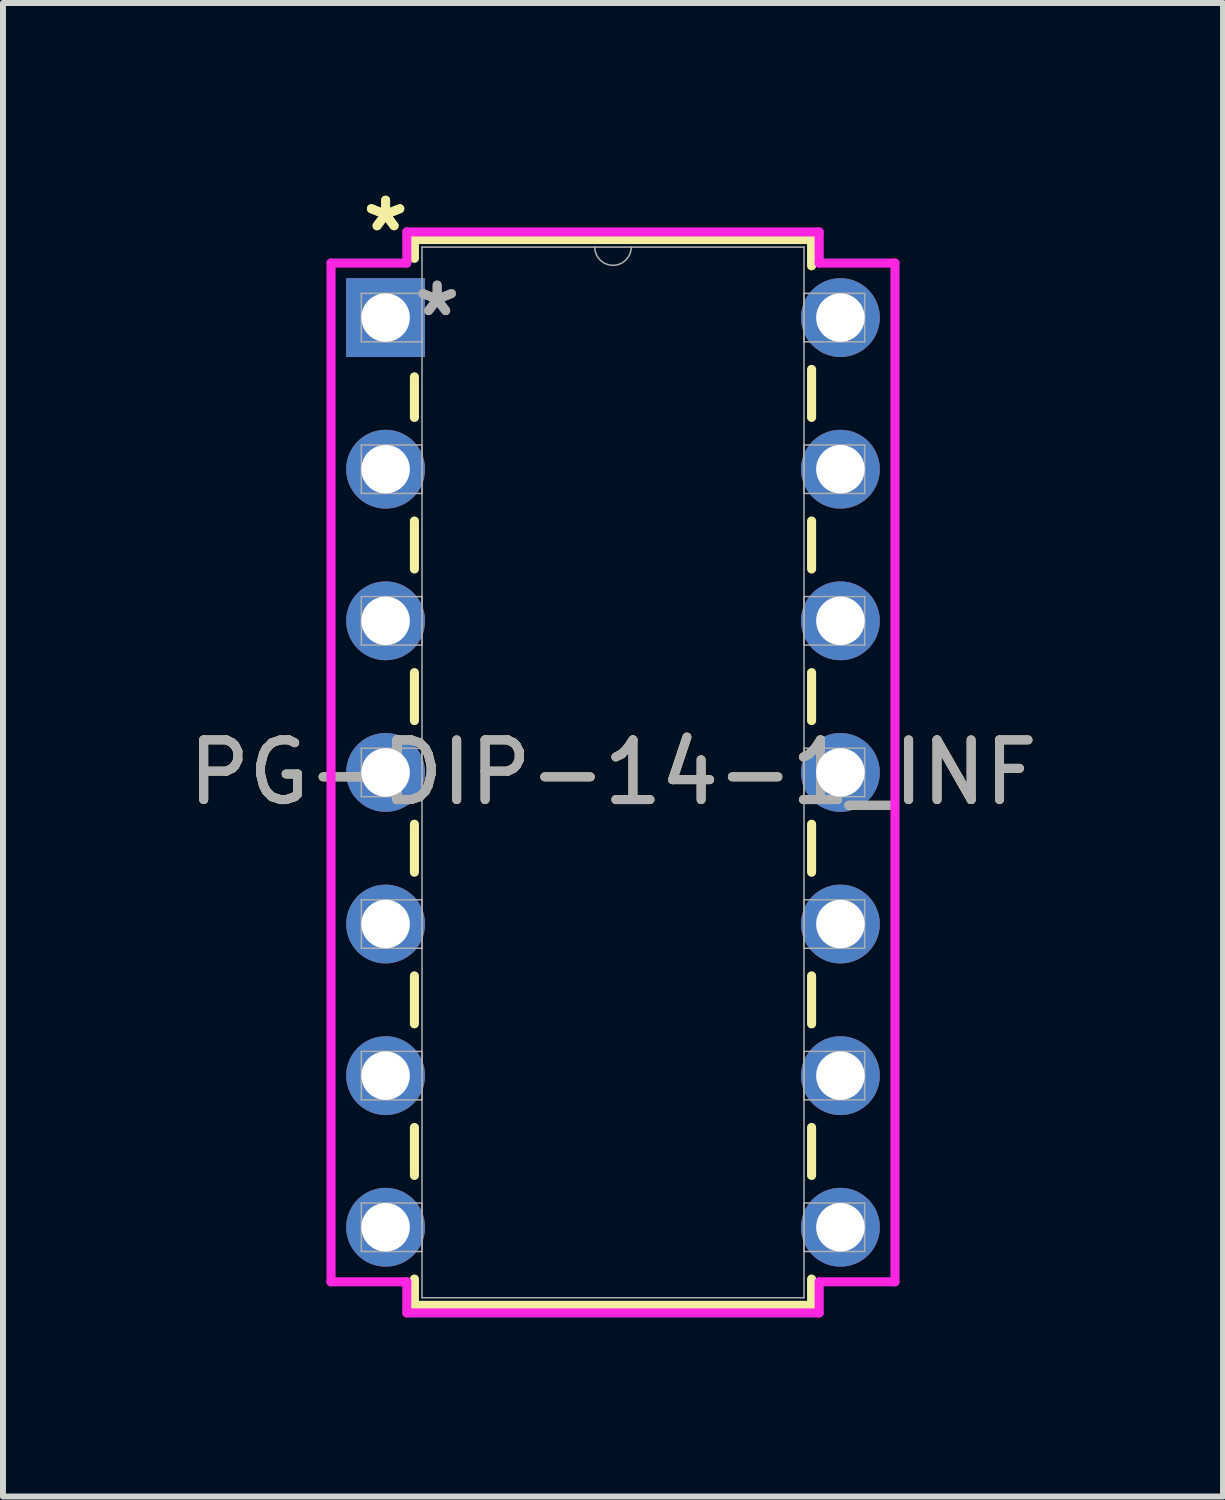
<source format=kicad_pcb>
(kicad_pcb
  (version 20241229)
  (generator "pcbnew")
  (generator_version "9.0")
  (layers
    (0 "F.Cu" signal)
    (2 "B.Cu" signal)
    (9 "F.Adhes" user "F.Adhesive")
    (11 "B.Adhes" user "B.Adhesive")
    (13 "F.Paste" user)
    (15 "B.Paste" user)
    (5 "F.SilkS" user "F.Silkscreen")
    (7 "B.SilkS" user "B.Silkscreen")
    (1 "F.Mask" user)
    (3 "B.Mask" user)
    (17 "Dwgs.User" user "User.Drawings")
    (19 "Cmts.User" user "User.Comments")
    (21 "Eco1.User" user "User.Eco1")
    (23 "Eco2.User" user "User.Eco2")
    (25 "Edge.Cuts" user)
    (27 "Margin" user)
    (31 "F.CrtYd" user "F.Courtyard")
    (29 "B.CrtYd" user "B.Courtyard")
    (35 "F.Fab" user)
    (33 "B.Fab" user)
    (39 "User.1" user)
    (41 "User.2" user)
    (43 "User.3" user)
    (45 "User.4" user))
  (footprint "PG-DIP-14-1_INF"
    (layer "F.Cu")
    (at 3.41 2.271)
    (property "Reference" "PG-DIP-14-1_INF" (at 3.81 7.62 0) (unlocked yes) (layer "F.SilkS") (effects (font (size 1 1) (thickness 0.15))))
    (attr through_hole)
    (fp_line (start 0.483 -1.308) (end 0.483 -0.993) (stroke (width 0.152) (type solid)) (layer "F.SilkS"))
    (fp_line (start 0.483 0.993) (end 0.483 1.672) (stroke (width 0.152) (type solid)) (layer "F.SilkS"))
    (fp_line (start 0.483 3.408) (end 0.483 4.212) (stroke (width 0.152) (type solid)) (layer "F.SilkS"))
    (fp_line (start 0.483 5.948) (end 0.483 6.752) (stroke (width 0.152) (type solid)) (layer "F.SilkS"))
    (fp_line (start 0.483 8.488) (end 0.483 9.292) (stroke (width 0.152) (type solid)) (layer "F.SilkS"))
    (fp_line (start 0.483 11.028) (end 0.483 11.832) (stroke (width 0.152) (type solid)) (layer "F.SilkS"))
    (fp_line (start 0.483 13.568) (end 0.483 14.372) (stroke (width 0.152) (type solid)) (layer "F.SilkS"))
    (fp_line (start 0.483 16.108) (end 0.483 16.548) (stroke (width 0.152) (type solid)) (layer "F.SilkS"))
    (fp_line (start 0.483 16.548) (end 7.137 16.548) (stroke (width 0.152) (type solid)) (layer "F.SilkS"))
    (fp_line (start 7.137 -1.308) (end 0.483 -1.308) (stroke (width 0.152) (type solid)) (layer "F.SilkS"))
    (fp_line (start 7.137 -0.868) (end 7.137 -1.308) (stroke (width 0.152) (type solid)) (layer "F.SilkS"))
    (fp_line (start 7.137 1.672) (end 7.137 0.868) (stroke (width 0.152) (type solid)) (layer "F.SilkS"))
    (fp_line (start 7.137 4.212) (end 7.137 3.408) (stroke (width 0.152) (type solid)) (layer "F.SilkS"))
    (fp_line (start 7.137 6.752) (end 7.137 5.948) (stroke (width 0.152) (type solid)) (layer "F.SilkS"))
    (fp_line (start 7.137 9.292) (end 7.137 8.488) (stroke (width 0.152) (type solid)) (layer "F.SilkS"))
    (fp_line (start 7.137 11.832) (end 7.137 11.028) (stroke (width 0.152) (type solid)) (layer "F.SilkS"))
    (fp_line (start 7.137 14.372) (end 7.137 13.568) (stroke (width 0.152) (type solid)) (layer "F.SilkS"))
    (fp_line (start 7.137 16.548) (end 7.137 16.108) (stroke (width 0.152) (type solid)) (layer "F.SilkS"))
    (fp_line (start -0.914 -0.914) (end 0.356 -0.914) (stroke (width 0.152) (type solid)) (layer "F.CrtYd"))
    (fp_line (start -0.914 16.154) (end -0.914 -0.914) (stroke (width 0.152) (type solid)) (layer "F.CrtYd"))
    (fp_line (start 0.356 -1.435) (end 7.264 -1.435) (stroke (width 0.152) (type solid)) (layer "F.CrtYd"))
    (fp_line (start 0.356 -0.914) (end 0.356 -1.435) (stroke (width 0.152) (type solid)) (layer "F.CrtYd"))
    (fp_line (start 0.356 16.154) (end -0.914 16.154) (stroke (width 0.152) (type solid)) (layer "F.CrtYd"))
    (fp_line (start 0.356 16.675) (end 0.356 16.154) (stroke (width 0.152) (type solid)) (layer "F.CrtYd"))
    (fp_line (start 7.264 -1.435) (end 7.264 -0.914) (stroke (width 0.152) (type solid)) (layer "F.CrtYd"))
    (fp_line (start 7.264 16.154) (end 7.264 16.675) (stroke (width 0.152) (type solid)) (layer "F.CrtYd"))
    (fp_line (start 7.264 16.675) (end 0.356 16.675) (stroke (width 0.152) (type solid)) (layer "F.CrtYd"))
    (fp_line (start 8.534 -0.914) (end 7.264 -0.914) (stroke (width 0.152) (type solid)) (layer "F.CrtYd"))
    (fp_line (start 8.534 -0.914) (end 8.534 16.154) (stroke (width 0.152) (type solid)) (layer "F.CrtYd"))
    (fp_line (start 8.534 16.154) (end 7.264 16.154) (stroke (width 0.152) (type solid)) (layer "F.CrtYd"))
    (fp_line (start -0.406 -0.406) (end -0.406 0.406) (stroke (width 0.025) (type solid)) (layer "F.Fab"))
    (fp_line (start -0.406 0.406) (end 0.61 0.406) (stroke (width 0.025) (type solid)) (layer "F.Fab"))
    (fp_line (start -0.406 2.134) (end -0.406 2.946) (stroke (width 0.025) (type solid)) (layer "F.Fab"))
    (fp_line (start -0.406 2.946) (end 0.61 2.946) (stroke (width 0.025) (type solid)) (layer "F.Fab"))
    (fp_line (start -0.406 4.674) (end -0.406 5.486) (stroke (width 0.025) (type solid)) (layer "F.Fab"))
    (fp_line (start -0.406 5.486) (end 0.61 5.486) (stroke (width 0.025) (type solid)) (layer "F.Fab"))
    (fp_line (start -0.406 7.214) (end -0.406 8.026) (stroke (width 0.025) (type solid)) (layer "F.Fab"))
    (fp_line (start -0.406 8.026) (end 0.61 8.026) (stroke (width 0.025) (type solid)) (layer "F.Fab"))
    (fp_line (start -0.406 9.754) (end -0.406 10.566) (stroke (width 0.025) (type solid)) (layer "F.Fab"))
    (fp_line (start -0.406 10.566) (end 0.61 10.566) (stroke (width 0.025) (type solid)) (layer "F.Fab"))
    (fp_line (start -0.406 12.294) (end -0.406 13.106) (stroke (width 0.025) (type solid)) (layer "F.Fab"))
    (fp_line (start -0.406 13.106) (end 0.61 13.106) (stroke (width 0.025) (type solid)) (layer "F.Fab"))
    (fp_line (start -0.406 14.834) (end -0.406 15.646) (stroke (width 0.025) (type solid)) (layer "F.Fab"))
    (fp_line (start -0.406 15.646) (end 0.61 15.646) (stroke (width 0.025) (type solid)) (layer "F.Fab"))
    (fp_line (start 0.61 -1.181) (end 0.61 16.421) (stroke (width 0.025) (type solid)) (layer "F.Fab"))
    (fp_line (start 0.61 -0.406) (end -0.406 -0.406) (stroke (width 0.025) (type solid)) (layer "F.Fab"))
    (fp_line (start 0.61 0.406) (end 0.61 -0.406) (stroke (width 0.025) (type solid)) (layer "F.Fab"))
    (fp_line (start 0.61 2.134) (end -0.406 2.134) (stroke (width 0.025) (type solid)) (layer "F.Fab"))
    (fp_line (start 0.61 2.946) (end 0.61 2.134) (stroke (width 0.025) (type solid)) (layer "F.Fab"))
    (fp_line (start 0.61 4.674) (end -0.406 4.674) (stroke (width 0.025) (type solid)) (layer "F.Fab"))
    (fp_line (start 0.61 5.486) (end 0.61 4.674) (stroke (width 0.025) (type solid)) (layer "F.Fab"))
    (fp_line (start 0.61 7.214) (end -0.406 7.214) (stroke (width 0.025) (type solid)) (layer "F.Fab"))
    (fp_line (start 0.61 8.026) (end 0.61 7.214) (stroke (width 0.025) (type solid)) (layer "F.Fab"))
    (fp_line (start 0.61 9.754) (end -0.406 9.754) (stroke (width 0.025) (type solid)) (layer "F.Fab"))
    (fp_line (start 0.61 10.566) (end 0.61 9.754) (stroke (width 0.025) (type solid)) (layer "F.Fab"))
    (fp_line (start 0.61 12.294) (end -0.406 12.294) (stroke (width 0.025) (type solid)) (layer "F.Fab"))
    (fp_line (start 0.61 13.106) (end 0.61 12.294) (stroke (width 0.025) (type solid)) (layer "F.Fab"))
    (fp_line (start 0.61 14.834) (end -0.406 14.834) (stroke (width 0.025) (type solid)) (layer "F.Fab"))
    (fp_line (start 0.61 15.646) (end 0.61 14.834) (stroke (width 0.025) (type solid)) (layer "F.Fab"))
    (fp_line (start 0.61 16.421) (end 7.01 16.421) (stroke (width 0.025) (type solid)) (layer "F.Fab"))
    (fp_line (start 7.01 -1.181) (end 0.61 -1.181) (stroke (width 0.025) (type solid)) (layer "F.Fab"))
    (fp_line (start 7.01 -0.406) (end 7.01 0.406) (stroke (width 0.025) (type solid)) (layer "F.Fab"))
    (fp_line (start 7.01 0.406) (end 8.026 0.406) (stroke (width 0.025) (type solid)) (layer "F.Fab"))
    (fp_line (start 7.01 2.134) (end 7.01 2.946) (stroke (width 0.025) (type solid)) (layer "F.Fab"))
    (fp_line (start 7.01 2.946) (end 8.026 2.946) (stroke (width 0.025) (type solid)) (layer "F.Fab"))
    (fp_line (start 7.01 4.674) (end 7.01 5.486) (stroke (width 0.025) (type solid)) (layer "F.Fab"))
    (fp_line (start 7.01 5.486) (end 8.026 5.486) (stroke (width 0.025) (type solid)) (layer "F.Fab"))
    (fp_line (start 7.01 7.214) (end 7.01 8.026) (stroke (width 0.025) (type solid)) (layer "F.Fab"))
    (fp_line (start 7.01 8.026) (end 8.026 8.026) (stroke (width 0.025) (type solid)) (layer "F.Fab"))
    (fp_line (start 7.01 9.754) (end 7.01 10.566) (stroke (width 0.025) (type solid)) (layer "F.Fab"))
    (fp_line (start 7.01 10.566) (end 8.026 10.566) (stroke (width 0.025) (type solid)) (layer "F.Fab"))
    (fp_line (start 7.01 12.294) (end 7.01 13.106) (stroke (width 0.025) (type solid)) (layer "F.Fab"))
    (fp_line (start 7.01 13.106) (end 8.026 13.106) (stroke (width 0.025) (type solid)) (layer "F.Fab"))
    (fp_line (start 7.01 14.834) (end 7.01 15.646) (stroke (width 0.025) (type solid)) (layer "F.Fab"))
    (fp_line (start 7.01 15.646) (end 8.026 15.646) (stroke (width 0.025) (type solid)) (layer "F.Fab"))
    (fp_line (start 7.01 16.421) (end 7.01 -1.181) (stroke (width 0.025) (type solid)) (layer "F.Fab"))
    (fp_line (start 8.026 -0.406) (end 7.01 -0.406) (stroke (width 0.025) (type solid)) (layer "F.Fab"))
    (fp_line (start 8.026 0.406) (end 8.026 -0.406) (stroke (width 0.025) (type solid)) (layer "F.Fab"))
    (fp_line (start 8.026 2.134) (end 7.01 2.134) (stroke (width 0.025) (type solid)) (layer "F.Fab"))
    (fp_line (start 8.026 2.946) (end 8.026 2.134) (stroke (width 0.025) (type solid)) (layer "F.Fab"))
    (fp_line (start 8.026 4.674) (end 7.01 4.674) (stroke (width 0.025) (type solid)) (layer "F.Fab"))
    (fp_line (start 8.026 5.486) (end 8.026 4.674) (stroke (width 0.025) (type solid)) (layer "F.Fab"))
    (fp_line (start 8.026 7.214) (end 7.01 7.214) (stroke (width 0.025) (type solid)) (layer "F.Fab"))
    (fp_line (start 8.026 8.026) (end 8.026 7.214) (stroke (width 0.025) (type solid)) (layer "F.Fab"))
    (fp_line (start 8.026 9.754) (end 7.01 9.754) (stroke (width 0.025) (type solid)) (layer "F.Fab"))
    (fp_line (start 8.026 10.566) (end 8.026 9.754) (stroke (width 0.025) (type solid)) (layer "F.Fab"))
    (fp_line (start 8.026 12.294) (end 7.01 12.294) (stroke (width 0.025) (type solid)) (layer "F.Fab"))
    (fp_line (start 8.026 13.106) (end 8.026 12.294) (stroke (width 0.025) (type solid)) (layer "F.Fab"))
    (fp_line (start 8.026 14.834) (end 7.01 14.834) (stroke (width 0.025) (type solid)) (layer "F.Fab"))
    (fp_line (start 8.026 15.646) (end 8.026 14.834) (stroke (width 0.025) (type solid)) (layer "F.Fab"))
    (fp_arc (start 4.1148 -1.1811) (mid 3.81 -0.8763) (end 3.5052 -1.1811) (stroke (width 0.0254) (type solid)) (layer "F.Fab"))
    (fp_text user "*" (at 0 -1.422 0) (layer "F.SilkS") (effects (font (size 1 1) (thickness 0.15))))
    (fp_text user "*" (at 0 -1.422 0) (unlocked yes) (layer "F.SilkS") (effects (font (size 1 1) (thickness 0.15))))
    (fp_text user "*" (at 0.864 0 0) (unlocked yes) (layer "F.Fab") (effects (font (size 1 1) (thickness 0.15))))
    (fp_text user "${REFERENCE}" (at 3.81 7.62 0) (unlocked yes) (layer "F.Fab") (effects (font (size 1 1) (thickness 0.15))))
    (fp_text user "*" (at 0.864 0 0) (layer "F.Fab") (effects (font (size 1 1) (thickness 0.15))))
    (pad "1" thru_hole rect (at 0 0) (size 1.321 1.321) (drill 0.813) (layers "*.Cu" "*.Mask"))
    (pad "2" thru_hole circle (at 0 2.54) (size 1.321 1.321) (drill 0.813) (layers "*.Cu" "*.Mask"))
    (pad "3" thru_hole circle (at 0 5.08) (size 1.321 1.321) (drill 0.813) (layers "*.Cu" "*.Mask"))
    (pad "4" thru_hole circle (at 0 7.62) (size 1.321 1.321) (drill 0.813) (layers "*.Cu" "*.Mask"))
    (pad "5" thru_hole circle (at 0 10.16) (size 1.321 1.321) (drill 0.813) (layers "*.Cu" "*.Mask"))
    (pad "6" thru_hole circle (at 0 12.7) (size 1.321 1.321) (drill 0.813) (layers "*.Cu" "*.Mask"))
    (pad "7" thru_hole circle (at 0 15.24) (size 1.321 1.321) (drill 0.813) (layers "*.Cu" "*.Mask"))
    (pad "8" thru_hole circle (at 7.62 15.24) (size 1.321 1.321) (drill 0.813) (layers "*.Cu" "*.Mask"))
    (pad "9" thru_hole circle (at 7.62 12.7) (size 1.321 1.321) (drill 0.813) (layers "*.Cu" "*.Mask"))
    (pad "10" thru_hole circle (at 7.62 10.16) (size 1.321 1.321) (drill 0.813) (layers "*.Cu" "*.Mask"))
    (pad "11" thru_hole circle (at 7.62 7.62) (size 1.321 1.321) (drill 0.813) (layers "*.Cu" "*.Mask"))
    (pad "12" thru_hole circle (at 7.62 5.08) (size 1.321 1.321) (drill 0.813) (layers "*.Cu" "*.Mask"))
    (pad "13" thru_hole circle (at 7.62 2.54) (size 1.321 1.321) (drill 0.813) (layers "*.Cu" "*.Mask"))
    (pad "14" thru_hole circle (at 7.62 0) (size 1.321 1.321) (drill 0.813) (layers "*.Cu" "*.Mask")))
  (gr_rect
    (start -3 -3)
    (end 17.44 22.022)
    (stroke (width 0.1) (type default))
    (fill no)
    (layer "Edge.Cuts")))
</source>
